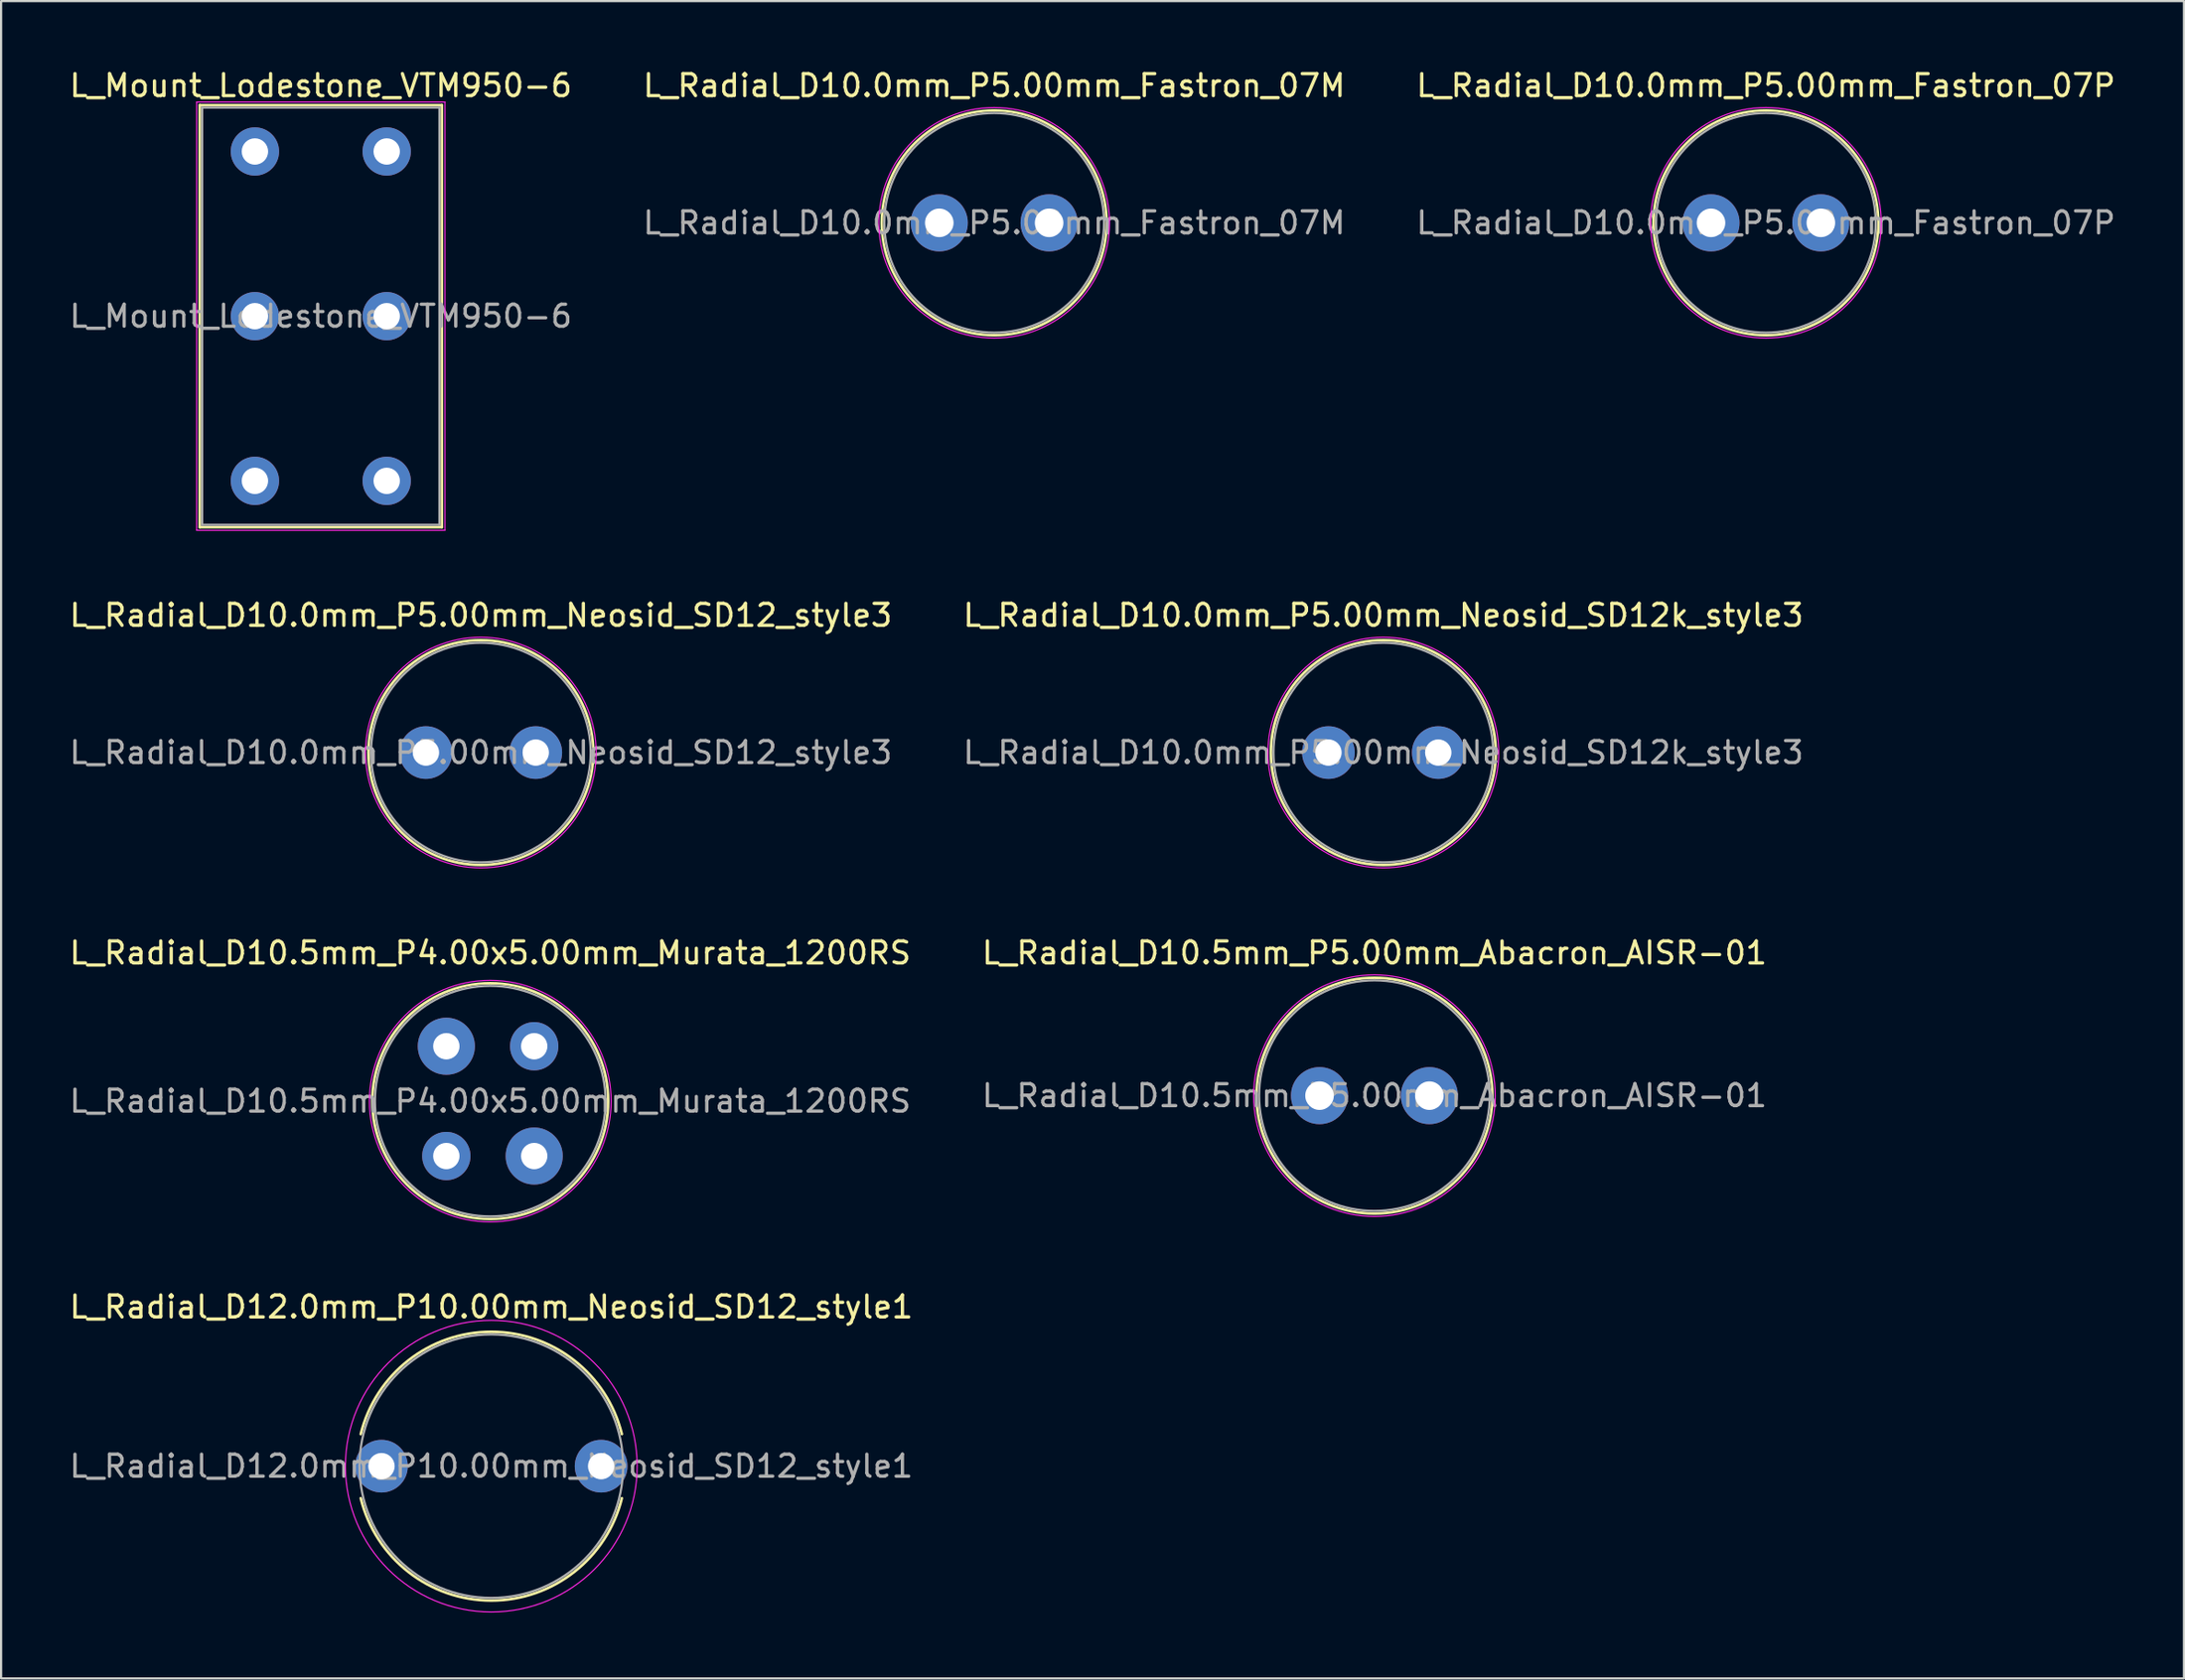
<source format=kicad_pcb>
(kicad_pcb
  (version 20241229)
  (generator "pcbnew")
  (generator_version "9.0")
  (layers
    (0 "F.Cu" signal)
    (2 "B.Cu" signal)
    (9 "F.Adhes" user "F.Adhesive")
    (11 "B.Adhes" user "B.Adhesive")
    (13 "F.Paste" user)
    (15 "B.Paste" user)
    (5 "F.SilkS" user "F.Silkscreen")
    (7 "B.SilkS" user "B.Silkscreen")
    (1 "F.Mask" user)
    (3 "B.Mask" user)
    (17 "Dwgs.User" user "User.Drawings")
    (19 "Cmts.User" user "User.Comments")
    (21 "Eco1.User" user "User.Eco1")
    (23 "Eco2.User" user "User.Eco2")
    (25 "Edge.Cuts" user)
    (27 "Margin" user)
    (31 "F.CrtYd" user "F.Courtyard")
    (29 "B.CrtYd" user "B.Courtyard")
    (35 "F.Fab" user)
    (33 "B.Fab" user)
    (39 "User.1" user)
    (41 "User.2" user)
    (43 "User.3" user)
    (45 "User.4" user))
  (footprint "L_Radial_D10.0mm_P5.00mm_Neosid_SD12k_style3"
    (layer "F.Cu")
    (at 57.423 31.221)
    (property "Reference" "L_Radial_D10.0mm_P5.00mm_Neosid_SD12k_style3" (at 2.5 -6.25 0) (layer "F.SilkS") (effects (font (size 1 1) (thickness 0.15))))
    (attr through_hole)
    (fp_circle (center 2.5 0) (end 7.62 0) (stroke (width 0.12) (type solid)) (fill no) (layer "F.SilkS"))
    (fp_circle (center 2.5 0) (end 7.75 0) (stroke (width 0.05) (type solid)) (fill no) (layer "F.CrtYd"))
    (fp_circle (center 2.5 0) (end 7.5 0) (stroke (width 0.1) (type solid)) (fill no) (layer "F.Fab"))
    (fp_text user "${REFERENCE}" (at 2.5 0 0) (layer "F.Fab") (effects (font (size 1 1) (thickness 0.15))))
    (pad "1" thru_hole circle (at 0 0) (size 2.4 2.4) (drill 1.2) (layers "*.Cu" "*.Mask"))
    (pad "2" thru_hole circle (at 5 0) (size 2.4 2.4) (drill 1.2) (layers "*.Cu" "*.Mask")))
  (footprint "L_Radial_D10.5mm_P5.00mm_Abacron_AISR-01"
    (layer "F.Cu")
    (at 57.018 46.845)
    (property "Reference" "L_Radial_D10.5mm_P5.00mm_Abacron_AISR-01" (at 2.5 -6.5 0) (layer "F.SilkS") (effects (font (size 1 1) (thickness 0.15))))
    (attr through_hole)
    (fp_circle (center 2.5 0) (end 7.87 0) (stroke (width 0.12) (type solid)) (fill no) (layer "F.SilkS"))
    (fp_circle (center 2.5 0) (end 8 0) (stroke (width 0.05) (type solid)) (fill no) (layer "F.CrtYd"))
    (fp_circle (center 2.5 0) (end 7.75 0) (stroke (width 0.1) (type solid)) (fill no) (layer "F.Fab"))
    (fp_text user "${REFERENCE}" (at 2.5 0 0) (layer "F.Fab") (effects (font (size 1 1) (thickness 0.15))))
    (pad "1" thru_hole circle (at 0 0) (size 2.6 2.6) (drill 1.3) (layers "*.Cu" "*.Mask"))
    (pad "2" thru_hole circle (at 5 0) (size 2.6 2.6) (drill 1.3) (layers "*.Cu" "*.Mask")))
  (footprint "L_Radial_D10.0mm_P5.00mm_Neosid_SD12_style3"
    (layer "F.Cu")
    (at 16.339 31.221)
    (property "Reference" "L_Radial_D10.0mm_P5.00mm_Neosid_SD12_style3" (at 2.5 -6.25 0) (layer "F.SilkS") (effects (font (size 1 1) (thickness 0.15))))
    (attr through_hole)
    (fp_circle (center 2.5 0) (end 7.62 0) (stroke (width 0.12) (type solid)) (fill no) (layer "F.SilkS"))
    (fp_circle (center 2.5 0) (end 7.75 0) (stroke (width 0.05) (type solid)) (fill no) (layer "F.CrtYd"))
    (fp_circle (center 2.5 0) (end 7.5 0) (stroke (width 0.1) (type solid)) (fill no) (layer "F.Fab"))
    (fp_text user "${REFERENCE}" (at 2.5 0 0) (layer "F.Fab") (effects (font (size 1 1) (thickness 0.15))))
    (pad "1" thru_hole circle (at 0 0) (size 2.4 2.4) (drill 1.2) (layers "*.Cu" "*.Mask"))
    (pad "2" thru_hole circle (at 5 0) (size 2.4 2.4) (drill 1.2) (layers "*.Cu" "*.Mask")))
  (footprint "L_Radial_D10.5mm_P4.00x5.00mm_Murata_1200RS"
    (layer "F.Cu")
    (at 17.268 44.595)
    (property "Reference" "L_Radial_D10.5mm_P4.00x5.00mm_Murata_1200RS" (at 2 -4.25 0) (layer "F.SilkS") (effects (font (size 1 1) (thickness 0.15))))
    (attr through_hole)
    (fp_circle (center 2 2.5) (end 7.37 2.5) (stroke (width 0.12) (type solid)) (fill no) (layer "F.SilkS"))
    (fp_circle (center 2 2.5) (end 7.5 2.5) (stroke (width 0.05) (type solid)) (fill no) (layer "F.CrtYd"))
    (fp_circle (center 2 2.5) (end 7.25 2.5) (stroke (width 0.1) (type solid)) (fill no) (layer "F.Fab"))
    (fp_text user "${REFERENCE}" (at 2 2.5 0) (layer "F.Fab") (effects (font (size 1 1) (thickness 0.15))))
    (pad "" thru_hole circle (at 0 5) (size 2.2 2.2) (drill 1.2) (layers "*.Cu" "*.Mask"))
    (pad "" thru_hole circle (at 4 0) (size 2.2 2.2) (drill 1.2) (layers "*.Cu" "*.Mask"))
    (pad "1" thru_hole circle (at 0 0) (size 2.6 2.6) (drill 1.2) (layers "*.Cu" "*.Mask"))
    (pad "2" thru_hole circle (at 4 5) (size 2.6 2.6) (drill 1.2) (layers "*.Cu" "*.Mask")))
  (footprint "L_Mount_Lodestone_VTM950-6"
    (layer "F.Cu")
    (at 8.554 3.848)
    (property "Reference" "L_Mount_Lodestone_VTM950-6" (at 3 -3 0) (layer "F.SilkS") (effects (font (size 1 1) (thickness 0.15))))
    (attr through_hole)
    (fp_line (start -2.51 -2.11) (end -2.51 17.11) (stroke (width 0.12) (type solid)) (layer "F.SilkS"))
    (fp_line (start -2.51 -2.11) (end 8.51 -2.11) (stroke (width 0.12) (type solid)) (layer "F.SilkS"))
    (fp_line (start -2.51 17.11) (end 8.51 17.11) (stroke (width 0.12) (type solid)) (layer "F.SilkS"))
    (fp_line (start 8.51 -2.11) (end 8.51 17.11) (stroke (width 0.12) (type solid)) (layer "F.SilkS"))
    (fp_line (start -2.65 -2.25) (end -2.65 17.25) (stroke (width 0.05) (type solid)) (layer "F.CrtYd"))
    (fp_line (start -2.65 -2.25) (end 8.65 -2.25) (stroke (width 0.05) (type solid)) (layer "F.CrtYd"))
    (fp_line (start -2.65 17.25) (end 8.65 17.25) (stroke (width 0.05) (type solid)) (layer "F.CrtYd"))
    (fp_line (start 8.65 -2.25) (end 8.65 17.25) (stroke (width 0.05) (type solid)) (layer "F.CrtYd"))
    (fp_line (start -2.4 -2) (end -2.4 17) (stroke (width 0.1) (type solid)) (layer "F.Fab"))
    (fp_line (start -2.4 -2) (end 8.4 -2) (stroke (width 0.1) (type solid)) (layer "F.Fab"))
    (fp_line (start -2.4 17) (end 8.4 17) (stroke (width 0.1) (type solid)) (layer "F.Fab"))
    (fp_line (start 8.4 -2) (end 8.4 17) (stroke (width 0.1) (type solid)) (layer "F.Fab"))
    (fp_text user "${REFERENCE}" (at 3 7.5 0) (layer "F.Fab") (effects (font (size 1 1) (thickness 0.15))))
    (pad "1" thru_hole circle (at 0 0) (size 2.2 2.2) (drill 1.2) (layers "*.Cu" "*.Mask"))
    (pad "2" thru_hole circle (at 6 15) (size 2.2 2.2) (drill 1.2) (layers "*.Cu" "*.Mask"))
    (pad "3" thru_hole circle (at 0 15) (size 2.2 2.2) (drill 1.2) (layers "*.Cu" "*.Mask"))
    (pad "4" thru_hole circle (at 6 0) (size 2.2 2.2) (drill 1.2) (layers "*.Cu" "*.Mask"))
    (pad "5" thru_hole circle (at 0 7.5) (size 2.2 2.2) (drill 1.2) (layers "*.Cu" "*.Mask"))
    (pad "6" thru_hole circle (at 6 7.5) (size 2.2 2.2) (drill 1.2) (layers "*.Cu" "*.Mask")))
  (footprint "L_Radial_D10.0mm_P5.00mm_Fastron_07P"
    (layer "F.Cu")
    (at 74.839 7.098)
    (property "Reference" "L_Radial_D10.0mm_P5.00mm_Fastron_07P" (at 2.5 -6.25 0) (layer "F.SilkS") (effects (font (size 1 1) (thickness 0.15))))
    (attr through_hole)
    (fp_circle (center 2.5 0) (end 7.62 0) (stroke (width 0.12) (type solid)) (fill no) (layer "F.SilkS"))
    (fp_circle (center 2.5 0) (end 7.75 0) (stroke (width 0.05) (type solid)) (fill no) (layer "F.CrtYd"))
    (fp_circle (center 2.5 0) (end 7.5 0) (stroke (width 0.1) (type solid)) (fill no) (layer "F.Fab"))
    (fp_text user "${REFERENCE}" (at 2.5 0 0) (layer "F.Fab") (effects (font (size 1 1) (thickness 0.15))))
    (pad "1" thru_hole circle (at 0 0) (size 2.6 2.6) (drill 1.3) (layers "*.Cu" "*.Mask"))
    (pad "2" thru_hole circle (at 5 0) (size 2.6 2.6) (drill 1.3) (layers "*.Cu" "*.Mask")))
  (footprint "L_Radial_D10.0mm_P5.00mm_Fastron_07M"
    (layer "F.Cu")
    (at 39.708 7.098)
    (property "Reference" "L_Radial_D10.0mm_P5.00mm_Fastron_07M" (at 2.5 -6.25 0) (layer "F.SilkS") (effects (font (size 1 1) (thickness 0.15))))
    (attr through_hole)
    (fp_circle (center 2.5 0) (end 7.62 0) (stroke (width 0.12) (type solid)) (fill no) (layer "F.SilkS"))
    (fp_circle (center 2.5 0) (end 7.75 0) (stroke (width 0.05) (type solid)) (fill no) (layer "F.CrtYd"))
    (fp_circle (center 2.5 0) (end 7.5 0) (stroke (width 0.1) (type solid)) (fill no) (layer "F.Fab"))
    (fp_text user "${REFERENCE}" (at 2.5 0 0) (layer "F.Fab") (effects (font (size 1 1) (thickness 0.15))))
    (pad "1" thru_hole circle (at 0 0) (size 2.6 2.6) (drill 1.3) (layers "*.Cu" "*.Mask"))
    (pad "2" thru_hole circle (at 5 0) (size 2.6 2.6) (drill 1.3) (layers "*.Cu" "*.Mask")))
  (footprint "L_Radial_D12.0mm_P10.00mm_Neosid_SD12_style1"
    (layer "F.Cu")
    (at 14.315 63.718)
    (property "Reference" "L_Radial_D12.0mm_P10.00mm_Neosid_SD12_style1" (at 5 -7.25 0) (layer "F.SilkS") (effects (font (size 1 1) (thickness 0.15))))
    (attr through_hole)
    (fp_arc (start -0.943299 -1.46) (mid 5 -6.12) (end 10.943299 -1.46) (stroke (width 0.12) (type solid)) (layer "F.SilkS"))
    (fp_arc (start 10.943299 1.46) (mid 5 6.12) (end -0.943299 1.46) (stroke (width 0.12) (type solid)) (layer "F.SilkS"))
    (fp_circle (center 5 0) (end 11.64 0) (stroke (width 0.05) (type solid)) (fill no) (layer "F.CrtYd"))
    (fp_circle (center 5 0) (end 11 0) (stroke (width 0.1) (type solid)) (fill no) (layer "F.Fab"))
    (fp_text user "${REFERENCE}" (at 5 0 0) (layer "F.Fab") (effects (font (size 1 1) (thickness 0.15))))
    (pad "1" thru_hole circle (at 0 0) (size 2.4 2.4) (drill 1.2) (layers "*.Cu" "*.Mask"))
    (pad "2" thru_hole circle (at 10 0) (size 2.4 2.4) (drill 1.2) (layers "*.Cu" "*.Mask")))
  (gr_rect
    (start -3 -3)
    (end 96.369 73.383)
    (stroke (width 0.1) (type default))
    (fill no)
    (layer "Edge.Cuts")))
</source>
